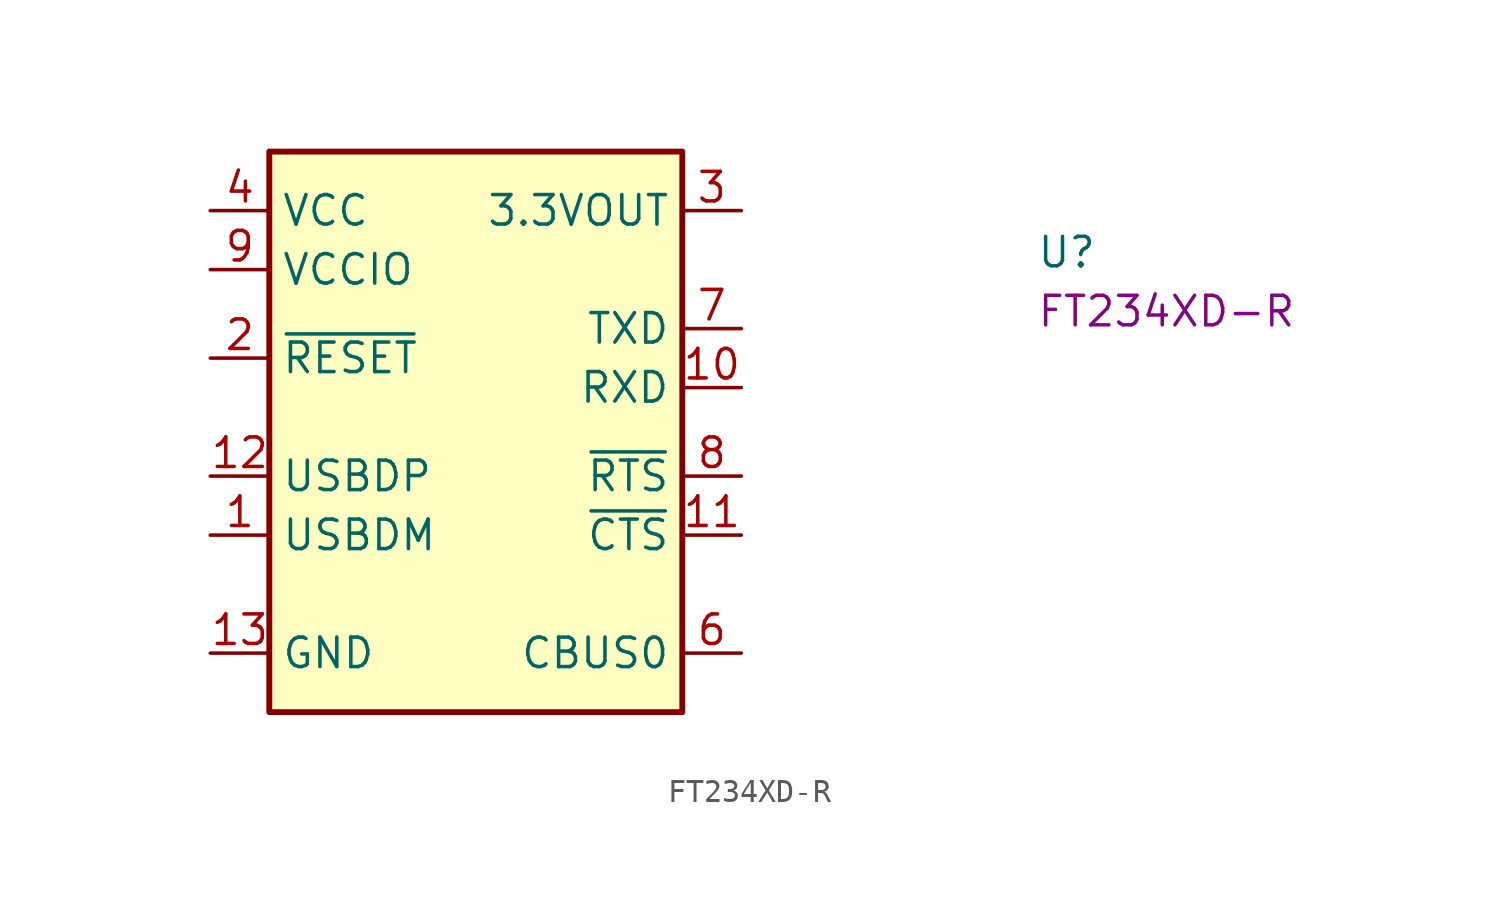
<source format=kicad_sym>
(kicad_symbol_lib
  (version 20220914)
  (generator kicad_symbol_editor)
  (symbol "FT234XD-R"
    (property "Reference" "U"
      (at 35.56 -2.54 0)
      (effects (font (size 1.27 1.27) (thickness 0.15)) (justify left bottom)))
    (property "MPN" "FT234XD-R"
      (at 35.56 -5.08 0)
      (effects (font (size 1.27 1.27) (thickness 0.15)) (justify left bottom)))
    (symbol "FT234XD-R_1_1"
      (rectangle (start 2.54 2.54) (end 20.32 -21.59) (stroke (width 0.254) (type default)) (fill (type background)))
      (pin bidirectional line (at 0 -13.97 0) (length 2.54) (name "USBDM" (effects (font (size 1.27 1.27)))) (number "1" (effects (font (size 1.27 1.27)))))
      (pin input line (at 22.86 -7.62 180) (length 2.54) (name "RXD" (effects (font (size 1.27 1.27)))) (number "10" (effects (font (size 1.27 1.27)))))
      (pin input line (at 22.86 -13.97 180) (length 2.54) (name "~{CTS}" (effects (font (size 1.27 1.27)))) (number "11" (effects (font (size 1.27 1.27)))))
      (pin bidirectional line (at 0 -11.43 0) (length 2.54) (name "USBDP" (effects (font (size 1.27 1.27)))) (number "12" (effects (font (size 1.27 1.27)))))
      (pin power_in line (at 0 -19.05 0) (length 2.54) (name "GND" (effects (font (size 1.27 1.27)))) (number "13" (effects (font (size 1.27 1.27)))))
      (pin input line (at 0 -6.35 0) (length 2.54) (name "~{RESET}" (effects (font (size 1.27 1.27)))) (number "2" (effects (font (size 1.27 1.27)))))
      (pin power_out line (at 22.86 0 180) (length 2.54) (name "3.3VOUT" (effects (font (size 1.27 1.27)))) (number "3" (effects (font (size 1.27 1.27)))))
      (pin power_in line (at 0 0 0) (length 2.54) (name "VCC" (effects (font (size 1.27 1.27)))) (number "4" (effects (font (size 1.27 1.27)))))
      (pin passive line (at 0 -19.05 0) (length 2.54) hide (name "GND" (effects (font (size 1.27 1.27)))) (number "5" (effects (font (size 1.27 1.27)))))
      (pin bidirectional line (at 22.86 -19.05 180) (length 2.54) (name "CBUS0" (effects (font (size 1.27 1.27)))) (number "6" (effects (font (size 1.27 1.27)))))
      (pin output line (at 22.86 -5.08 180) (length 2.54) (name "TXD" (effects (font (size 1.27 1.27)))) (number "7" (effects (font (size 1.27 1.27)))))
      (pin output line (at 22.86 -11.43 180) (length 2.54) (name "~{RTS}" (effects (font (size 1.27 1.27)))) (number "8" (effects (font (size 1.27 1.27)))))
      (pin power_in line (at 0 -2.54 0) (length 2.54) (name "VCCIO" (effects (font (size 1.27 1.27)))) (number "9" (effects (font (size 1.27 1.27))))))))
</source>
